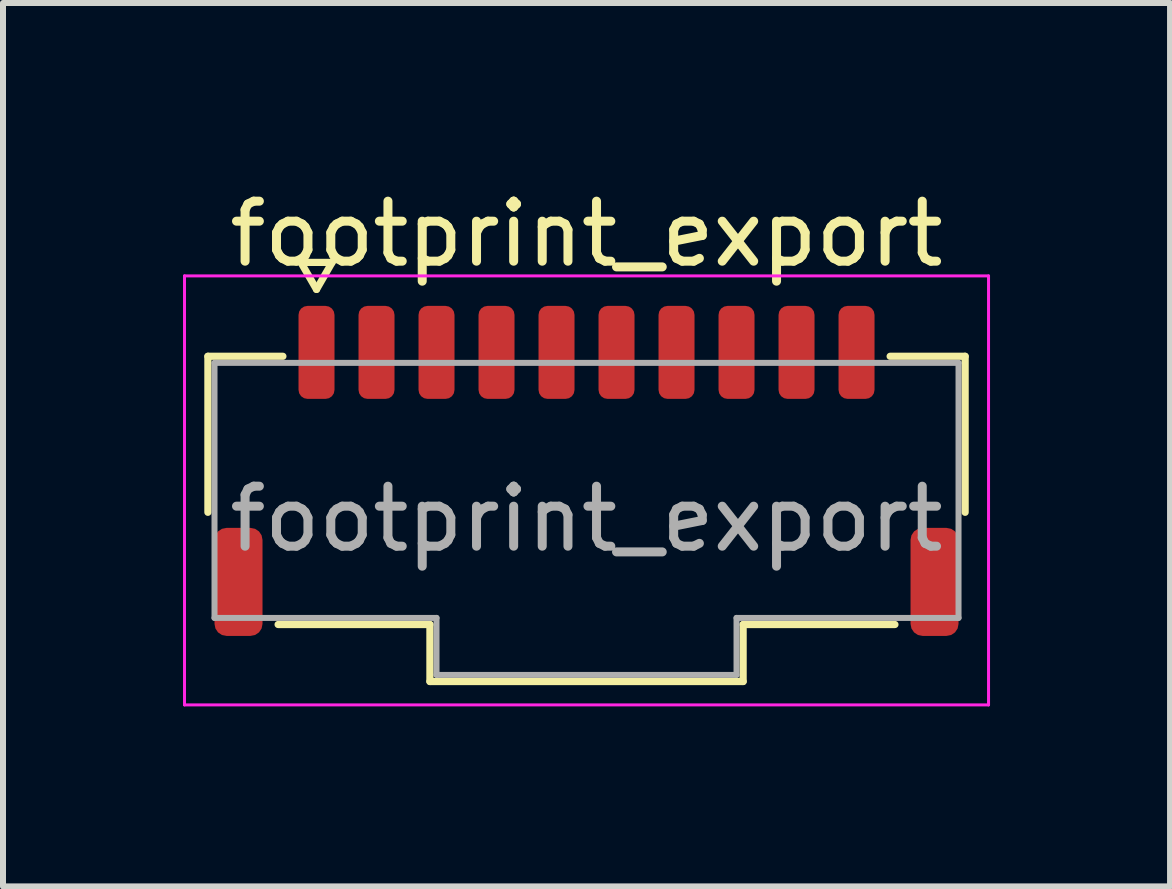
<source format=kicad_pcb>
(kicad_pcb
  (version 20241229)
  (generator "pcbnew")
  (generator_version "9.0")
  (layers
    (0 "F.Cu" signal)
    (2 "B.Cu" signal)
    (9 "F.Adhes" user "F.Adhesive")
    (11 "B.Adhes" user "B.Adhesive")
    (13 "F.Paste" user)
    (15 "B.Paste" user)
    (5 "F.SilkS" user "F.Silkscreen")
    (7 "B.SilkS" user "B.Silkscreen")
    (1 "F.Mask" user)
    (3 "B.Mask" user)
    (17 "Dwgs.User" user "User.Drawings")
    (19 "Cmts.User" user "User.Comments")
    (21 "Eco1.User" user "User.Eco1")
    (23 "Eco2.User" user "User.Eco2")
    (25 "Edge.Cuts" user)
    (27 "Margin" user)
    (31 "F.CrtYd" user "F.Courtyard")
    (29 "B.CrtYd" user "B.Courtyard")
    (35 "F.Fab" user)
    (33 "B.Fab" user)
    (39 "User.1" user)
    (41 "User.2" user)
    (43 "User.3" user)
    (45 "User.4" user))
  (footprint "footprint_export"
    (layer "F.Cu")
    (at 6.725 5.598)
    (property "Reference" "footprint_export" (at 0 -4.75 0) (layer "F.SilkS") (effects (font (size 1 1) (thickness 0.15))))
    (attr smd)
    (fp_line (start -6.31 -2.71) (end -5.06 -2.71) (stroke (width 0.12) (type solid)) (layer "F.SilkS"))
    (fp_line (start -6.31 -0.11) (end -6.31 -2.71) (stroke (width 0.12) (type solid)) (layer "F.SilkS"))
    (fp_line (start -4.76 -4.275) (end -4.5 -3.825) (stroke (width 0.12) (type solid)) (layer "F.SilkS"))
    (fp_line (start -4.5 -3.825) (end -4.24 -4.275) (stroke (width 0.12) (type solid)) (layer "F.SilkS"))
    (fp_line (start -4.24 -4.275) (end -4.76 -4.275) (stroke (width 0.12) (type solid)) (layer "F.SilkS"))
    (fp_line (start -2.61 1.76) (end -5.14 1.76) (stroke (width 0.12) (type solid)) (layer "F.SilkS"))
    (fp_line (start -2.61 2.71) (end -2.61 1.76) (stroke (width 0.12) (type solid)) (layer "F.SilkS"))
    (fp_line (start 2.61 1.76) (end 2.61 2.71) (stroke (width 0.12) (type solid)) (layer "F.SilkS"))
    (fp_line (start 2.61 2.71) (end -2.61 2.71) (stroke (width 0.12) (type solid)) (layer "F.SilkS"))
    (fp_line (start 5.06 -2.71) (end 6.31 -2.71) (stroke (width 0.12) (type solid)) (layer "F.SilkS"))
    (fp_line (start 5.14 1.76) (end 2.61 1.76) (stroke (width 0.12) (type solid)) (layer "F.SilkS"))
    (fp_line (start 6.31 -2.71) (end 6.31 -0.11) (stroke (width 0.12) (type solid)) (layer "F.SilkS"))
    (fp_line (start -6.7 -4.05) (end -6.7 3.1) (stroke (width 0.05) (type solid)) (layer "F.CrtYd"))
    (fp_line (start -6.7 3.1) (end 6.7 3.1) (stroke (width 0.05) (type solid)) (layer "F.CrtYd"))
    (fp_line (start 6.7 -4.05) (end -6.7 -4.05) (stroke (width 0.05) (type solid)) (layer "F.CrtYd"))
    (fp_line (start 6.7 3.1) (end 6.7 -4.05) (stroke (width 0.05) (type solid)) (layer "F.CrtYd"))
    (fp_line (start -6.2 -2.6) (end 6.2 -2.6) (stroke (width 0.1) (type solid)) (layer "F.Fab"))
    (fp_line (start -6.2 1.65) (end -6.2 -2.6) (stroke (width 0.1) (type solid)) (layer "F.Fab"))
    (fp_line (start -2.5 1.65) (end -6.2 1.65) (stroke (width 0.1) (type solid)) (layer "F.Fab"))
    (fp_line (start -2.5 2.6) (end -2.5 1.65) (stroke (width 0.1) (type solid)) (layer "F.Fab"))
    (fp_line (start 2.5 1.65) (end 2.5 2.6) (stroke (width 0.1) (type solid)) (layer "F.Fab"))
    (fp_line (start 2.5 2.6) (end -2.5 2.6) (stroke (width 0.1) (type solid)) (layer "F.Fab"))
    (fp_line (start 6.2 -2.6) (end 6.2 1.65) (stroke (width 0.1) (type solid)) (layer "F.Fab"))
    (fp_line (start 6.2 1.65) (end 2.5 1.65) (stroke (width 0.1) (type solid)) (layer "F.Fab"))
    (fp_text user "${REFERENCE}" (at 0 0 0) (layer "F.Fab") (effects (font (size 1 1) (thickness 0.15))))
    (pad "1" smd roundrect (at -4.5 -2.775) (size 0.6 1.55) (layers "F.Cu" "F.Mask" "F.Paste") (roundrect_rratio 0.25))
    (pad "2" smd roundrect (at -3.5 -2.775) (size 0.6 1.55) (layers "F.Cu" "F.Mask" "F.Paste") (roundrect_rratio 0.25))
    (pad "3" smd roundrect (at -2.5 -2.775) (size 0.6 1.55) (layers "F.Cu" "F.Mask" "F.Paste") (roundrect_rratio 0.25))
    (pad "4" smd roundrect (at -1.5 -2.775) (size 0.6 1.55) (layers "F.Cu" "F.Mask" "F.Paste") (roundrect_rratio 0.25))
    (pad "5" smd roundrect (at -0.5 -2.775) (size 0.6 1.55) (layers "F.Cu" "F.Mask" "F.Paste") (roundrect_rratio 0.25))
    (pad "6" smd roundrect (at 0.5 -2.775) (size 0.6 1.55) (layers "F.Cu" "F.Mask" "F.Paste") (roundrect_rratio 0.25))
    (pad "7" smd roundrect (at 1.5 -2.775) (size 0.6 1.55) (layers "F.Cu" "F.Mask" "F.Paste") (roundrect_rratio 0.25))
    (pad "8" smd roundrect (at 2.5 -2.775) (size 0.6 1.55) (layers "F.Cu" "F.Mask" "F.Paste") (roundrect_rratio 0.25))
    (pad "9" smd roundrect (at 3.5 -2.775) (size 0.6 1.55) (layers "F.Cu" "F.Mask" "F.Paste") (roundrect_rratio 0.25))
    (pad "10" smd roundrect (at 4.5 -2.775) (size 0.6 1.55) (layers "F.Cu" "F.Mask" "F.Paste") (roundrect_rratio 0.25))
    (pad "MP" smd roundrect (at -5.8 1.05) (size 0.8 1.8) (layers "F.Cu" "F.Mask" "F.Paste") (roundrect_rratio 0.25))
    (pad "MP" smd roundrect (at 5.8 1.05) (size 0.8 1.8) (layers "F.Cu" "F.Mask" "F.Paste") (roundrect_rratio 0.25)))
  (gr_rect
    (start -3 -3)
    (end 16.45 11.723)
    (stroke (width 0.1) (type default))
    (fill no)
    (layer "Edge.Cuts")))
</source>
